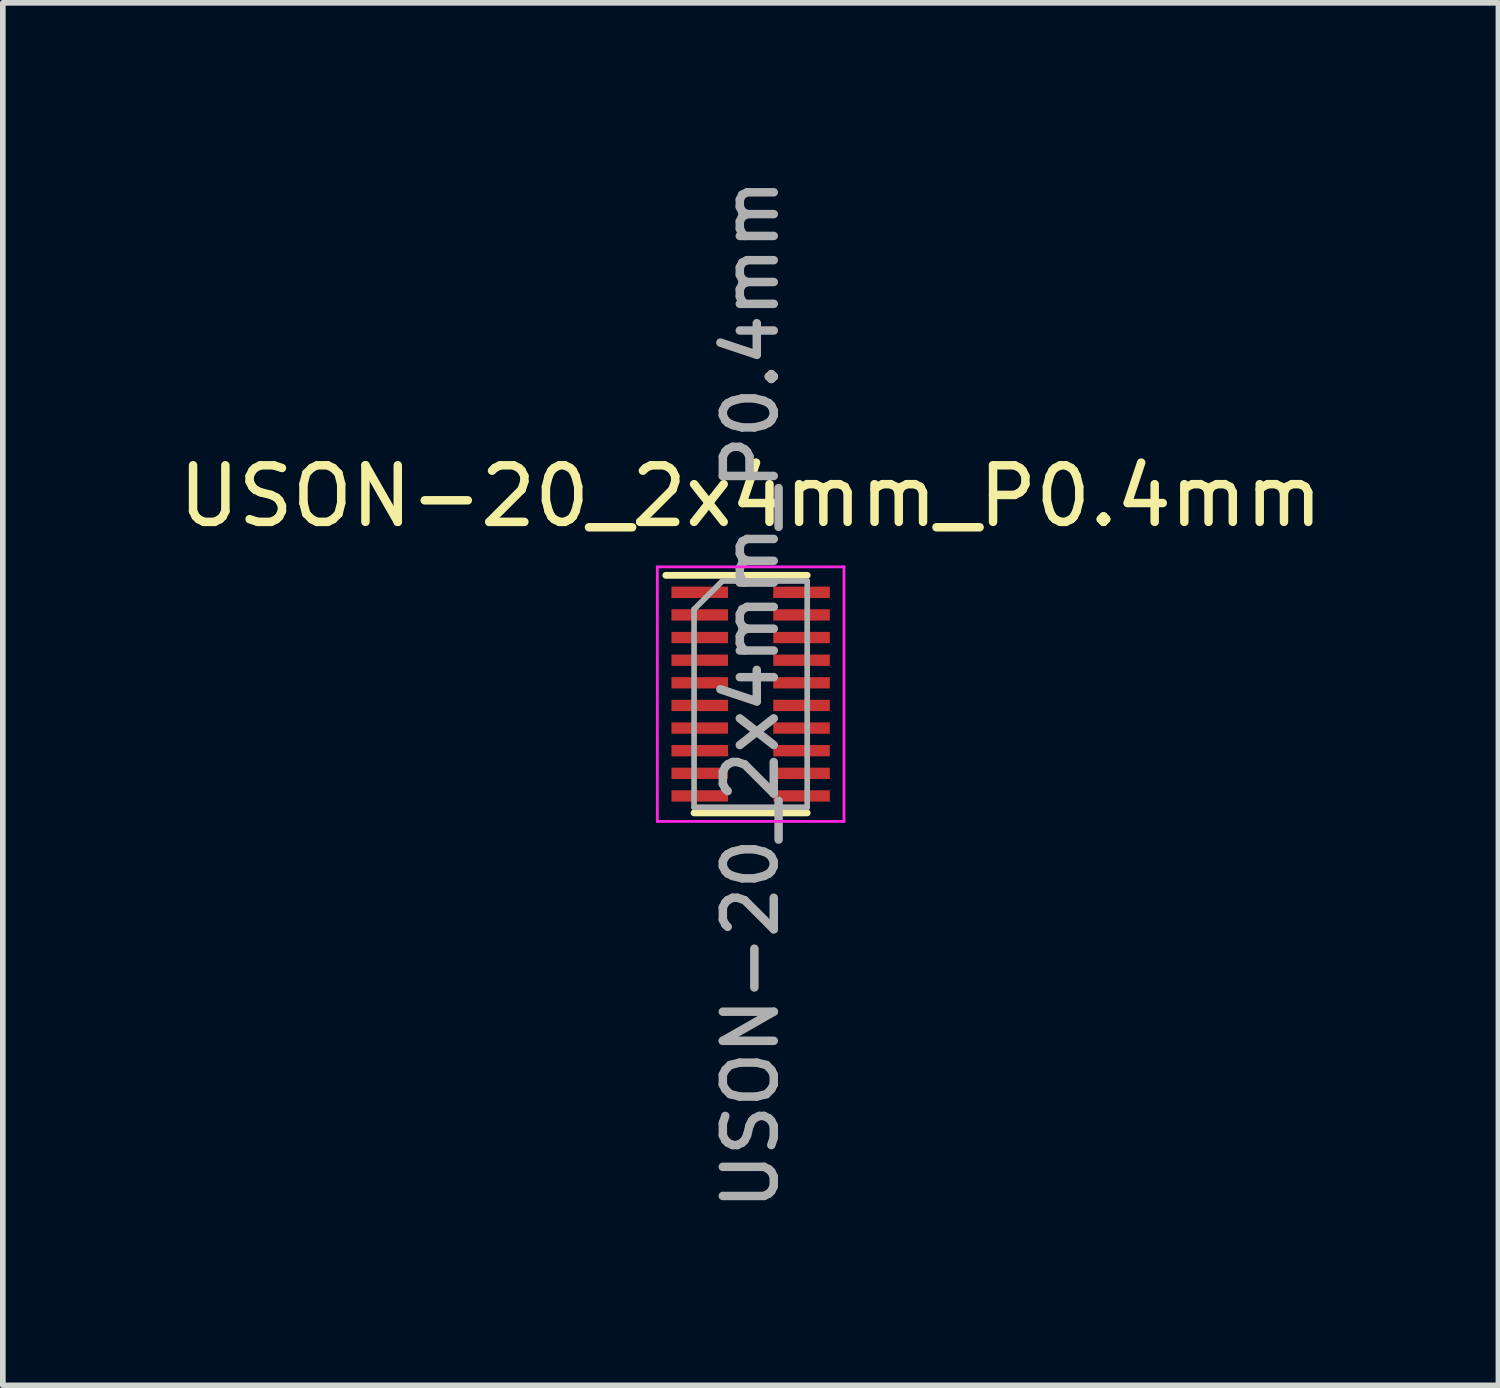
<source format=kicad_pcb>
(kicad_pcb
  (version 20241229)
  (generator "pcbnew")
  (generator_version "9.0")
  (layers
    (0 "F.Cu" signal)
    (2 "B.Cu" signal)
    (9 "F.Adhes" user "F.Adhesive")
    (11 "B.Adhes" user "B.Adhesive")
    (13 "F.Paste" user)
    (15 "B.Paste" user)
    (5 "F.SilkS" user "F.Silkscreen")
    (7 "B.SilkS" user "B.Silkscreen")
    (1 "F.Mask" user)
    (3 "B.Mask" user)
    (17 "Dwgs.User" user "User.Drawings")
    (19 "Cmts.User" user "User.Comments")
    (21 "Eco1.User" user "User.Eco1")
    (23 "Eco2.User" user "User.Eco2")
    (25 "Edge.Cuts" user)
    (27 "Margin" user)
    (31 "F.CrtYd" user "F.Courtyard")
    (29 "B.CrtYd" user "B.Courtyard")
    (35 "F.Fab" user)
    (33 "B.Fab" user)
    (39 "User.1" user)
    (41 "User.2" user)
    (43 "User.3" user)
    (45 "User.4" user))
  (footprint "USON-20_2x4mm_P0.4mm"
    (layer "F.Cu")
    (at 10.22 9.221)
    (property "Reference" "USON-20_2x4mm_P0.4mm" (at 0 -3.5 0) (layer "F.SilkS") (effects (font (size 1 1) (thickness 0.15))))
    (attr smd)
    (fp_line (start 1 -2.1) (end -1.5 -2.1) (stroke (width 0.12) (type solid)) (layer "F.SilkS"))
    (fp_line (start 1 2.1) (end -1 2.1) (stroke (width 0.12) (type solid)) (layer "F.SilkS"))
    (fp_line (start -1.65 -2.25) (end 1.65 -2.25) (stroke (width 0.05) (type solid)) (layer "F.CrtYd"))
    (fp_line (start -1.65 2.25) (end -1.65 -2.25) (stroke (width 0.05) (type solid)) (layer "F.CrtYd"))
    (fp_line (start 1.65 -2.25) (end 1.65 2.25) (stroke (width 0.05) (type solid)) (layer "F.CrtYd"))
    (fp_line (start 1.65 2.25) (end -1.65 2.25) (stroke (width 0.05) (type solid)) (layer "F.CrtYd"))
    (fp_line (start -1 2) (end -1 -1.5) (stroke (width 0.1) (type solid)) (layer "F.Fab"))
    (fp_line (start -0.5 -2) (end -1 -1.5) (stroke (width 0.1) (type solid)) (layer "F.Fab"))
    (fp_line (start -0.5 -2) (end 1 -2) (stroke (width 0.1) (type solid)) (layer "F.Fab"))
    (fp_line (start 1 -2) (end 1 2) (stroke (width 0.1) (type solid)) (layer "F.Fab"))
    (fp_line (start 1 2) (end -1 2) (stroke (width 0.1) (type solid)) (layer "F.Fab"))
    (fp_text user "${REFERENCE}" (at 0 0 90) (layer "F.Fab") (effects (font (size 0.9 0.9) (thickness 0.15))))
    (pad "1" smd rect (at -0.9 -1.8 270) (size 0.2 1) (layers "F.Cu" "F.Mask" "F.Paste"))
    (pad "2" smd rect (at -0.9 -1.4 270) (size 0.2 1) (layers "F.Cu" "F.Mask" "F.Paste"))
    (pad "3" smd rect (at -0.9 -1 270) (size 0.2 1) (layers "F.Cu" "F.Mask" "F.Paste"))
    (pad "4" smd rect (at -0.9 -0.6 270) (size 0.2 1) (layers "F.Cu" "F.Mask" "F.Paste"))
    (pad "5" smd rect (at -0.9 -0.2 270) (size 0.2 1) (layers "F.Cu" "F.Mask" "F.Paste"))
    (pad "6" smd rect (at -0.9 0.2 270) (size 0.2 1) (layers "F.Cu" "F.Mask" "F.Paste"))
    (pad "7" smd rect (at -0.9 0.6 270) (size 0.2 1) (layers "F.Cu" "F.Mask" "F.Paste"))
    (pad "8" smd rect (at -0.9 1 270) (size 0.2 1) (layers "F.Cu" "F.Mask" "F.Paste"))
    (pad "9" smd rect (at -0.9 1.4 270) (size 0.2 1) (layers "F.Cu" "F.Mask" "F.Paste"))
    (pad "10" smd rect (at -0.9 1.8 270) (size 0.2 1) (layers "F.Cu" "F.Mask" "F.Paste"))
    (pad "11" smd rect (at 0.9 1.8 270) (size 0.2 1) (layers "F.Cu" "F.Mask" "F.Paste"))
    (pad "12" smd rect (at 0.9 1.4 270) (size 0.2 1) (layers "F.Cu" "F.Mask" "F.Paste"))
    (pad "13" smd rect (at 0.9 1 270) (size 0.2 1) (layers "F.Cu" "F.Mask" "F.Paste"))
    (pad "14" smd rect (at 0.9 0.6 270) (size 0.2 1) (layers "F.Cu" "F.Mask" "F.Paste"))
    (pad "15" smd rect (at 0.9 0.2 270) (size 0.2 1) (layers "F.Cu" "F.Mask" "F.Paste"))
    (pad "16" smd rect (at 0.9 -0.2 270) (size 0.2 1) (layers "F.Cu" "F.Mask" "F.Paste"))
    (pad "17" smd rect (at 0.9 -0.6 270) (size 0.2 1) (layers "F.Cu" "F.Mask" "F.Paste"))
    (pad "18" smd rect (at 0.9 -1 270) (size 0.2 1) (layers "F.Cu" "F.Mask" "F.Paste"))
    (pad "19" smd rect (at 0.9 -1.4 270) (size 0.2 1) (layers "F.Cu" "F.Mask" "F.Paste"))
    (pad "20" smd rect (at 0.9 -1.8 270) (size 0.2 1) (layers "F.Cu" "F.Mask" "F.Paste")))
  (gr_rect
    (start -3 -3)
    (end 23.44 21.441)
    (stroke (width 0.1) (type default))
    (fill no)
    (layer "Edge.Cuts")))
</source>
